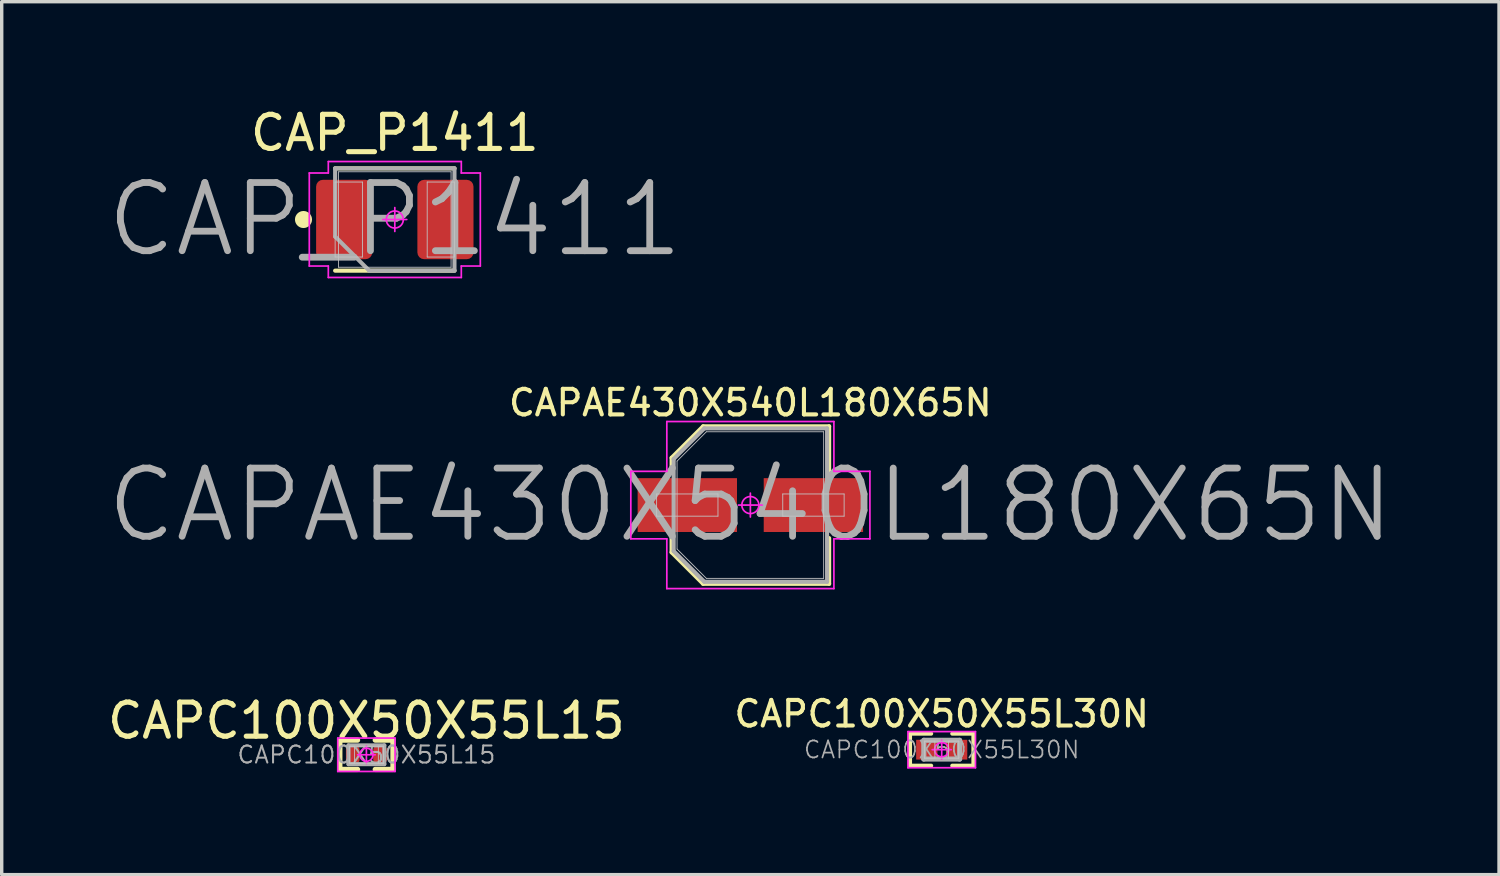
<source format=kicad_pcb>
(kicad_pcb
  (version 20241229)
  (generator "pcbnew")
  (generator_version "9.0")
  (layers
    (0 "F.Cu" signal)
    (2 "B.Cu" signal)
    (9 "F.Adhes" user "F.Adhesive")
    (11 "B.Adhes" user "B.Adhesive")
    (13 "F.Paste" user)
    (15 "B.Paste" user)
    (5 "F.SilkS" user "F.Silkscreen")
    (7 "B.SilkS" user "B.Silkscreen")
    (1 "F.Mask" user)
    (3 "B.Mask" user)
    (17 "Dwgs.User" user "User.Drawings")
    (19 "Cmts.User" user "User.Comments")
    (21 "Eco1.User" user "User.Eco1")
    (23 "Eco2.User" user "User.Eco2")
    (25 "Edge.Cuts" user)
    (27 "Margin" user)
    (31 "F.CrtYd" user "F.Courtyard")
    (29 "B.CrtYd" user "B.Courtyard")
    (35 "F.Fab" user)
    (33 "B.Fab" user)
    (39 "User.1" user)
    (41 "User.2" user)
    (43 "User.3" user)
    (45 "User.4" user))
  (footprint "CAP_P1411"
    (layer "F.Cu")
    (at 8.529 3.388)
    (property "Reference" "CAP_P1411" (at 0 -2.54 0) (layer "F.SilkS") (effects (font (size 1 1) (thickness 0.15))))
    (attr smd)
    (fp_line (start -1.75 -1.5) (end 1.75 -1.5) (stroke (width 0.12) (type solid)) (layer "F.SilkS"))
    (fp_line (start -1.75 1.5) (end 1.75 1.5) (stroke (width 0.12) (type solid)) (layer "F.SilkS"))
    (fp_circle (center -2.678 0) (end -2.678 0.125) (stroke (width 0.25) (type solid)) (fill no) (layer "F.SilkS"))
    (fp_line (start -1.75 -1.1) (end -0.95 -1.1) (stroke (width 0.025) (type solid)) (layer "Dwgs.User"))
    (fp_line (start -1.75 1.1) (end -1.75 -1.1) (stroke (width 0.025) (type solid)) (layer "Dwgs.User"))
    (fp_line (start -1.65 -1.4) (end 1.65 -1.4) (stroke (width 0.025) (type solid)) (layer "Dwgs.User"))
    (fp_line (start -1.65 1.4) (end -1.65 -1.4) (stroke (width 0.025) (type solid)) (layer "Dwgs.User"))
    (fp_line (start -0.95 -1.1) (end -0.95 1.1) (stroke (width 0.025) (type solid)) (layer "Dwgs.User"))
    (fp_line (start -0.95 1.1) (end -1.75 1.1) (stroke (width 0.025) (type solid)) (layer "Dwgs.User"))
    (fp_line (start 0.95 -1.1) (end 1.75 -1.1) (stroke (width 0.025) (type solid)) (layer "Dwgs.User"))
    (fp_line (start 0.95 1.1) (end 0.95 -1.1) (stroke (width 0.025) (type solid)) (layer "Dwgs.User"))
    (fp_line (start 1.65 -1.4) (end 1.65 1.4) (stroke (width 0.025) (type solid)) (layer "Dwgs.User"))
    (fp_line (start 1.65 1.4) (end -1.65 1.4) (stroke (width 0.025) (type solid)) (layer "Dwgs.User"))
    (fp_line (start 1.75 -1.1) (end 1.75 1.1) (stroke (width 0.025) (type solid)) (layer "Dwgs.User"))
    (fp_line (start 1.75 1.1) (end 0.95 1.1) (stroke (width 0.025) (type solid)) (layer "Dwgs.User"))
    (fp_line (start -2.508 -1.364) (end -2.508 1.364) (stroke (width 0.05) (type solid)) (layer "F.CrtYd"))
    (fp_line (start -2.508 1.364) (end -1.95 1.364) (stroke (width 0.05) (type solid)) (layer "F.CrtYd"))
    (fp_line (start -1.95 -1.7) (end -1.95 -1.364) (stroke (width 0.05) (type solid)) (layer "F.CrtYd"))
    (fp_line (start -1.95 -1.364) (end -2.508 -1.364) (stroke (width 0.05) (type solid)) (layer "F.CrtYd"))
    (fp_line (start -1.95 1.364) (end -1.95 1.7) (stroke (width 0.05) (type solid)) (layer "F.CrtYd"))
    (fp_line (start -1.95 1.7) (end 1.95 1.7) (stroke (width 0.05) (type solid)) (layer "F.CrtYd"))
    (fp_line (start 0 -0.35) (end 0 0.35) (stroke (width 0.05) (type solid)) (layer "F.CrtYd"))
    (fp_line (start 0.35 0) (end -0.35 0) (stroke (width 0.05) (type solid)) (layer "F.CrtYd"))
    (fp_line (start 1.95 -1.7) (end -1.95 -1.7) (stroke (width 0.05) (type solid)) (layer "F.CrtYd"))
    (fp_line (start 1.95 -1.364) (end 1.95 -1.7) (stroke (width 0.05) (type solid)) (layer "F.CrtYd"))
    (fp_line (start 1.95 1.364) (end 2.508 1.364) (stroke (width 0.05) (type solid)) (layer "F.CrtYd"))
    (fp_line (start 1.95 1.7) (end 1.95 1.364) (stroke (width 0.05) (type solid)) (layer "F.CrtYd"))
    (fp_line (start 2.508 -1.364) (end 1.95 -1.364) (stroke (width 0.05) (type solid)) (layer "F.CrtYd"))
    (fp_line (start 2.508 1.364) (end 2.508 -1.364) (stroke (width 0.05) (type solid)) (layer "F.CrtYd"))
    (fp_circle (center 0 0) (end 0 0.25) (stroke (width 0.05) (type solid)) (fill no) (layer "F.CrtYd"))
    (fp_line (start -1.75 -1.5) (end -1.75 0.5) (stroke (width 0.12) (type solid)) (layer "F.Fab"))
    (fp_line (start -1.75 0.5) (end -0.75 1.5) (stroke (width 0.12) (type solid)) (layer "F.Fab"))
    (fp_line (start -0.75 1.5) (end 1.75 1.5) (stroke (width 0.12) (type solid)) (layer "F.Fab"))
    (fp_line (start 1.75 -1.5) (end -1.75 -1.5) (stroke (width 0.12) (type solid)) (layer "F.Fab"))
    (fp_line (start 1.75 1.5) (end 1.75 -1.5) (stroke (width 0.12) (type solid)) (layer "F.Fab"))
    (fp_text user "${REFERENCE}" (at 0 0 0) (layer "F.Fab") (effects (font (size 2 2) (thickness 0.2))))
    (pad "1" smd roundrect (at -1.485 0) (size 1.646 2.329) (layers "F.Cu" "F.Mask" "F.Paste") (roundrect_rratio 0.121))
    (pad "2" smd roundrect (at 1.485 0) (size 1.646 2.329) (layers "F.Cu" "F.Mask" "F.Paste") (roundrect_rratio 0.121)))
  (footprint "CAPC100X50X55L15"
    (layer "F.Cu")
    (at 7.696 19.086)
    (property "Reference" "CAPC100X50X55L15" (at 0 -1 0) (layer "F.SilkS") (effects (font (size 1 1) (thickness 0.15))))
    (attr smd)
    (fp_line (start -0.78 -0.43) (end -0.26 -0.43) (stroke (width 0.155) (type solid)) (layer "F.SilkS"))
    (fp_line (start -0.78 0.43) (end -0.78 -0.43) (stroke (width 0.155) (type solid)) (layer "F.SilkS"))
    (fp_line (start -0.26 0.43) (end -0.78 0.43) (stroke (width 0.155) (type solid)) (layer "F.SilkS"))
    (fp_line (start 0.26 0.43) (end 0.78 0.43) (stroke (width 0.155) (type solid)) (layer "F.SilkS"))
    (fp_line (start 0.78 -0.43) (end 0.26 -0.43) (stroke (width 0.155) (type solid)) (layer "F.SilkS"))
    (fp_line (start 0.78 0.43) (end 0.78 -0.43) (stroke (width 0.155) (type solid)) (layer "F.SilkS"))
    (fp_line (start -0.5 -0.25) (end -0.35 -0.25) (stroke (width 0.025) (type solid)) (layer "Dwgs.User"))
    (fp_line (start -0.5 -0.25) (end 0.5 -0.25) (stroke (width 0.025) (type solid)) (layer "Dwgs.User"))
    (fp_line (start -0.5 0.25) (end -0.5 -0.25) (stroke (width 0.025) (type solid)) (layer "Dwgs.User"))
    (fp_line (start -0.5 0.25) (end -0.5 -0.25) (stroke (width 0.025) (type solid)) (layer "Dwgs.User"))
    (fp_line (start -0.35 -0.25) (end -0.35 0.25) (stroke (width 0.025) (type solid)) (layer "Dwgs.User"))
    (fp_line (start -0.35 0.25) (end -0.5 0.25) (stroke (width 0.025) (type solid)) (layer "Dwgs.User"))
    (fp_line (start 0.35 -0.25) (end 0.5 -0.25) (stroke (width 0.025) (type solid)) (layer "Dwgs.User"))
    (fp_line (start 0.35 0.25) (end 0.35 -0.25) (stroke (width 0.025) (type solid)) (layer "Dwgs.User"))
    (fp_line (start 0.5 -0.25) (end 0.5 0.25) (stroke (width 0.025) (type solid)) (layer "Dwgs.User"))
    (fp_line (start 0.5 -0.25) (end 0.5 0.25) (stroke (width 0.025) (type solid)) (layer "Dwgs.User"))
    (fp_line (start 0.5 0.25) (end -0.5 0.25) (stroke (width 0.025) (type solid)) (layer "Dwgs.User"))
    (fp_line (start 0.5 0.25) (end 0.35 0.25) (stroke (width 0.025) (type solid)) (layer "Dwgs.User"))
    (fp_line (start -0.84 -0.49) (end 0.84 -0.49) (stroke (width 0.05) (type solid)) (layer "F.CrtYd"))
    (fp_line (start -0.84 0.49) (end -0.84 -0.49) (stroke (width 0.05) (type solid)) (layer "F.CrtYd"))
    (fp_line (start 0 -0.258) (end 0 0.258) (stroke (width 0.05) (type solid)) (layer "F.CrtYd"))
    (fp_line (start 0.258 0) (end -0.258 0) (stroke (width 0.05) (type solid)) (layer "F.CrtYd"))
    (fp_line (start 0.84 -0.49) (end 0.84 0.49) (stroke (width 0.05) (type solid)) (layer "F.CrtYd"))
    (fp_line (start 0.84 0.49) (end -0.84 0.49) (stroke (width 0.05) (type solid)) (layer "F.CrtYd"))
    (fp_circle (center 0 0) (end 0 0.193) (stroke (width 0.05) (type solid)) (fill no) (layer "F.CrtYd"))
    (fp_line (start -0.525 -0.275) (end 0.525 -0.275) (stroke (width 0.12) (type solid)) (layer "F.Fab"))
    (fp_line (start -0.525 0.275) (end -0.525 -0.275) (stroke (width 0.12) (type solid)) (layer "F.Fab"))
    (fp_line (start 0.525 -0.275) (end 0.525 0.275) (stroke (width 0.12) (type solid)) (layer "F.Fab"))
    (fp_line (start 0.525 0.275) (end -0.525 0.275) (stroke (width 0.12) (type solid)) (layer "F.Fab"))
    (fp_text user "${REFERENCE}" (at 0 0 0) (layer "F.Fab") (effects (font (size 0.5 0.5) (thickness 0.06))))
    (pad "1" smd roundrect (at -0.4 0) (size 0.4 0.5) (layers "F.Cu" "F.Mask" "F.Paste") (roundrect_rratio 0.25))
    (pad "2" smd roundrect (at 0.4 0) (size 0.4 0.5) (layers "F.Cu" "F.Mask" "F.Paste") (roundrect_rratio 0.25)))
  (footprint "CAPC100X50X55L30N"
    (layer "F.Cu")
    (at 24.569 18.937)
    (property "Reference" "CAPC100X50X55L30N" (at 0 -1.05 0) (layer "F.SilkS") (effects (font (size 0.75 0.75) (thickness 0.12))))
    (attr smd)
    (fp_line (start -0.93 -0.47) (end -0.31 -0.47) (stroke (width 0.12) (type solid)) (layer "F.SilkS"))
    (fp_line (start -0.93 0.47) (end -0.93 -0.47) (stroke (width 0.12) (type solid)) (layer "F.SilkS"))
    (fp_line (start -0.31 0.47) (end -0.93 0.47) (stroke (width 0.12) (type solid)) (layer "F.SilkS"))
    (fp_line (start 0.31 0.47) (end 0.93 0.47) (stroke (width 0.12) (type solid)) (layer "F.SilkS"))
    (fp_line (start 0.93 -0.47) (end 0.31 -0.47) (stroke (width 0.12) (type solid)) (layer "F.SilkS"))
    (fp_line (start 0.93 0.47) (end 0.93 -0.47) (stroke (width 0.12) (type solid)) (layer "F.SilkS"))
    (fp_line (start -0.5 -0.25) (end -0.2 -0.25) (stroke (width 0.025) (type solid)) (layer "Dwgs.User"))
    (fp_line (start -0.5 -0.25) (end 0.5 -0.25) (stroke (width 0.025) (type solid)) (layer "Dwgs.User"))
    (fp_line (start -0.5 0.25) (end -0.5 -0.25) (stroke (width 0.025) (type solid)) (layer "Dwgs.User"))
    (fp_line (start -0.5 0.25) (end -0.5 -0.25) (stroke (width 0.025) (type solid)) (layer "Dwgs.User"))
    (fp_line (start -0.2 -0.25) (end -0.2 0.25) (stroke (width 0.025) (type solid)) (layer "Dwgs.User"))
    (fp_line (start -0.2 0.25) (end -0.5 0.25) (stroke (width 0.025) (type solid)) (layer "Dwgs.User"))
    (fp_line (start 0.2 -0.25) (end 0.5 -0.25) (stroke (width 0.025) (type solid)) (layer "Dwgs.User"))
    (fp_line (start 0.2 0.25) (end 0.2 -0.25) (stroke (width 0.025) (type solid)) (layer "Dwgs.User"))
    (fp_line (start 0.5 -0.25) (end 0.5 0.25) (stroke (width 0.025) (type solid)) (layer "Dwgs.User"))
    (fp_line (start 0.5 -0.25) (end 0.5 0.25) (stroke (width 0.025) (type solid)) (layer "Dwgs.User"))
    (fp_line (start 0.5 0.25) (end -0.5 0.25) (stroke (width 0.025) (type solid)) (layer "Dwgs.User"))
    (fp_line (start 0.5 0.25) (end 0.2 0.25) (stroke (width 0.025) (type solid)) (layer "Dwgs.User"))
    (fp_line (start -0.99 -0.53) (end 0.99 -0.53) (stroke (width 0.05) (type solid)) (layer "F.CrtYd"))
    (fp_line (start -0.99 0.53) (end -0.99 -0.53) (stroke (width 0.05) (type solid)) (layer "F.CrtYd"))
    (fp_line (start 0 -0.278) (end 0 0.278) (stroke (width 0.05) (type solid)) (layer "F.CrtYd"))
    (fp_line (start 0.278 0) (end -0.278 0) (stroke (width 0.05) (type solid)) (layer "F.CrtYd"))
    (fp_line (start 0.99 -0.53) (end 0.99 0.53) (stroke (width 0.05) (type solid)) (layer "F.CrtYd"))
    (fp_line (start 0.99 0.53) (end -0.99 0.53) (stroke (width 0.05) (type solid)) (layer "F.CrtYd"))
    (fp_circle (center 0 0) (end 0 0.208) (stroke (width 0.05) (type solid)) (fill no) (layer "F.CrtYd"))
    (fp_line (start -0.525 -0.275) (end 0.525 -0.275) (stroke (width 0.15) (type solid)) (layer "F.Fab"))
    (fp_line (start -0.525 0.275) (end -0.525 -0.275) (stroke (width 0.15) (type solid)) (layer "F.Fab"))
    (fp_line (start 0.525 -0.275) (end 0.525 0.275) (stroke (width 0.15) (type solid)) (layer "F.Fab"))
    (fp_line (start 0.525 0.275) (end -0.525 0.275) (stroke (width 0.15) (type solid)) (layer "F.Fab"))
    (fp_text user "${REFERENCE}" (at 0 0 0) (layer "F.Fab") (effects (font (size 0.5 0.5) (thickness 0.05))))
    (pad "1" smd rect (at -0.437 0) (size 0.625 0.58) (layers "F.Cu" "F.Mask" "F.Paste"))
    (pad "2" smd rect (at 0.437 0) (size 0.625 0.58) (layers "F.Cu" "F.Mask" "F.Paste")))
  (footprint "CAPAE430X540L180X65N"
    (layer "F.Cu")
    (at 18.957 11.763)
    (property "Reference" "CAPAE430X540L180X65N" (at 0 -3 0) (layer "F.SilkS") (effects (font (size 0.75 0.75) (thickness 0.12))))
    (attr smd)
    (fp_line (start -2.31 -1.386) (end -2.31 -0.969) (stroke (width 0.12) (type solid)) (layer "F.SilkS"))
    (fp_line (start -2.31 1.386) (end -2.31 0.969) (stroke (width 0.12) (type solid)) (layer "F.SilkS"))
    (fp_line (start -1.386 -2.31) (end -2.31 -1.386) (stroke (width 0.12) (type solid)) (layer "F.SilkS"))
    (fp_line (start -1.386 2.31) (end -2.31 1.386) (stroke (width 0.12) (type solid)) (layer "F.SilkS"))
    (fp_line (start 2.31 -2.31) (end -1.386 -2.31) (stroke (width 0.12) (type solid)) (layer "F.SilkS"))
    (fp_line (start 2.31 -0.969) (end 2.31 -2.31) (stroke (width 0.12) (type solid)) (layer "F.SilkS"))
    (fp_line (start 2.31 0.969) (end 2.31 2.31) (stroke (width 0.12) (type solid)) (layer "F.SilkS"))
    (fp_line (start 2.31 2.31) (end -1.386 2.31) (stroke (width 0.12) (type solid)) (layer "F.SilkS"))
    (fp_line (start -2.75 -0.325) (end -0.95 -0.325) (stroke (width 0.025) (type solid)) (layer "Dwgs.User"))
    (fp_line (start -2.75 0.325) (end -2.75 -0.325) (stroke (width 0.025) (type solid)) (layer "Dwgs.User"))
    (fp_line (start -2.15 -1.29) (end -1.29 -2.15) (stroke (width 0.025) (type solid)) (layer "Dwgs.User"))
    (fp_line (start -2.15 1.29) (end -2.15 -1.29) (stroke (width 0.025) (type solid)) (layer "Dwgs.User"))
    (fp_line (start -1.29 -2.15) (end 2.15 -2.15) (stroke (width 0.025) (type solid)) (layer "Dwgs.User"))
    (fp_line (start -1.29 2.15) (end -2.15 1.29) (stroke (width 0.025) (type solid)) (layer "Dwgs.User"))
    (fp_line (start -0.95 -0.325) (end -0.95 0.325) (stroke (width 0.025) (type solid)) (layer "Dwgs.User"))
    (fp_line (start -0.95 0.325) (end -2.75 0.325) (stroke (width 0.025) (type solid)) (layer "Dwgs.User"))
    (fp_line (start 0.95 -0.325) (end 2.75 -0.325) (stroke (width 0.025) (type solid)) (layer "Dwgs.User"))
    (fp_line (start 0.95 0.325) (end 0.95 -0.325) (stroke (width 0.025) (type solid)) (layer "Dwgs.User"))
    (fp_line (start 2.15 -2.15) (end 2.15 2.15) (stroke (width 0.025) (type solid)) (layer "Dwgs.User"))
    (fp_line (start 2.15 2.15) (end -1.29 2.15) (stroke (width 0.025) (type solid)) (layer "Dwgs.User"))
    (fp_line (start 2.75 -0.325) (end 2.75 0.325) (stroke (width 0.025) (type solid)) (layer "Dwgs.User"))
    (fp_line (start 2.75 0.325) (end 0.95 0.325) (stroke (width 0.025) (type solid)) (layer "Dwgs.User"))
    (fp_line (start -3.506 -0.99) (end -3.506 0.99) (stroke (width 0.05) (type solid)) (layer "F.CrtYd"))
    (fp_line (start -3.506 0.99) (end -2.45 0.99) (stroke (width 0.05) (type solid)) (layer "F.CrtYd"))
    (fp_line (start -2.45 -2.45) (end -2.45 -0.99) (stroke (width 0.05) (type solid)) (layer "F.CrtYd"))
    (fp_line (start -2.45 -0.99) (end -3.506 -0.99) (stroke (width 0.05) (type solid)) (layer "F.CrtYd"))
    (fp_line (start -2.45 0.99) (end -2.45 2.45) (stroke (width 0.05) (type solid)) (layer "F.CrtYd"))
    (fp_line (start -2.45 2.45) (end 2.45 2.45) (stroke (width 0.05) (type solid)) (layer "F.CrtYd"))
    (fp_line (start 0 -0.35) (end 0 0.35) (stroke (width 0.05) (type solid)) (layer "F.CrtYd"))
    (fp_line (start 0.35 0) (end -0.35 0) (stroke (width 0.05) (type solid)) (layer "F.CrtYd"))
    (fp_line (start 2.45 -2.45) (end -2.45 -2.45) (stroke (width 0.05) (type solid)) (layer "F.CrtYd"))
    (fp_line (start 2.45 -0.99) (end 2.45 -2.45) (stroke (width 0.05) (type solid)) (layer "F.CrtYd"))
    (fp_line (start 2.45 0.99) (end 3.506 0.99) (stroke (width 0.05) (type solid)) (layer "F.CrtYd"))
    (fp_line (start 2.45 2.45) (end 2.45 0.99) (stroke (width 0.05) (type solid)) (layer "F.CrtYd"))
    (fp_line (start 3.506 -0.99) (end 2.45 -0.99) (stroke (width 0.05) (type solid)) (layer "F.CrtYd"))
    (fp_line (start 3.506 0.99) (end 3.506 -0.99) (stroke (width 0.05) (type solid)) (layer "F.CrtYd"))
    (fp_circle (center 0 0) (end 0 0.25) (stroke (width 0.05) (type solid)) (fill no) (layer "F.CrtYd"))
    (fp_line (start -2.25 -1.35) (end -1.35 -2.25) (stroke (width 0.12) (type solid)) (layer "F.Fab"))
    (fp_line (start -2.25 1.35) (end -2.25 -1.35) (stroke (width 0.12) (type solid)) (layer "F.Fab"))
    (fp_line (start -1.35 -2.25) (end 2.25 -2.25) (stroke (width 0.12) (type solid)) (layer "F.Fab"))
    (fp_line (start -1.35 2.25) (end -2.25 1.35) (stroke (width 0.12) (type solid)) (layer "F.Fab"))
    (fp_line (start 2.25 -2.25) (end 2.25 2.25) (stroke (width 0.12) (type solid)) (layer "F.Fab"))
    (fp_line (start 2.25 2.25) (end -1.35 2.25) (stroke (width 0.12) (type solid)) (layer "F.Fab"))
    (fp_text user "${REFERENCE}" (at 0 0 0) (layer "F.Fab") (effects (font (size 2 2) (thickness 0.2))))
    (pad "1" smd rect (at -1.849 0) (size 2.914 1.579) (layers "F.Cu" "F.Mask" "F.Paste"))
    (pad "2" smd rect (at 1.849 0) (size 2.914 1.579) (layers "F.Cu" "F.Mask" "F.Paste")))
  (gr_rect
    (start -3 -3)
    (end 40.914 22.601)
    (stroke (width 0.1) (type default))
    (fill no)
    (layer "Edge.Cuts")))
</source>
